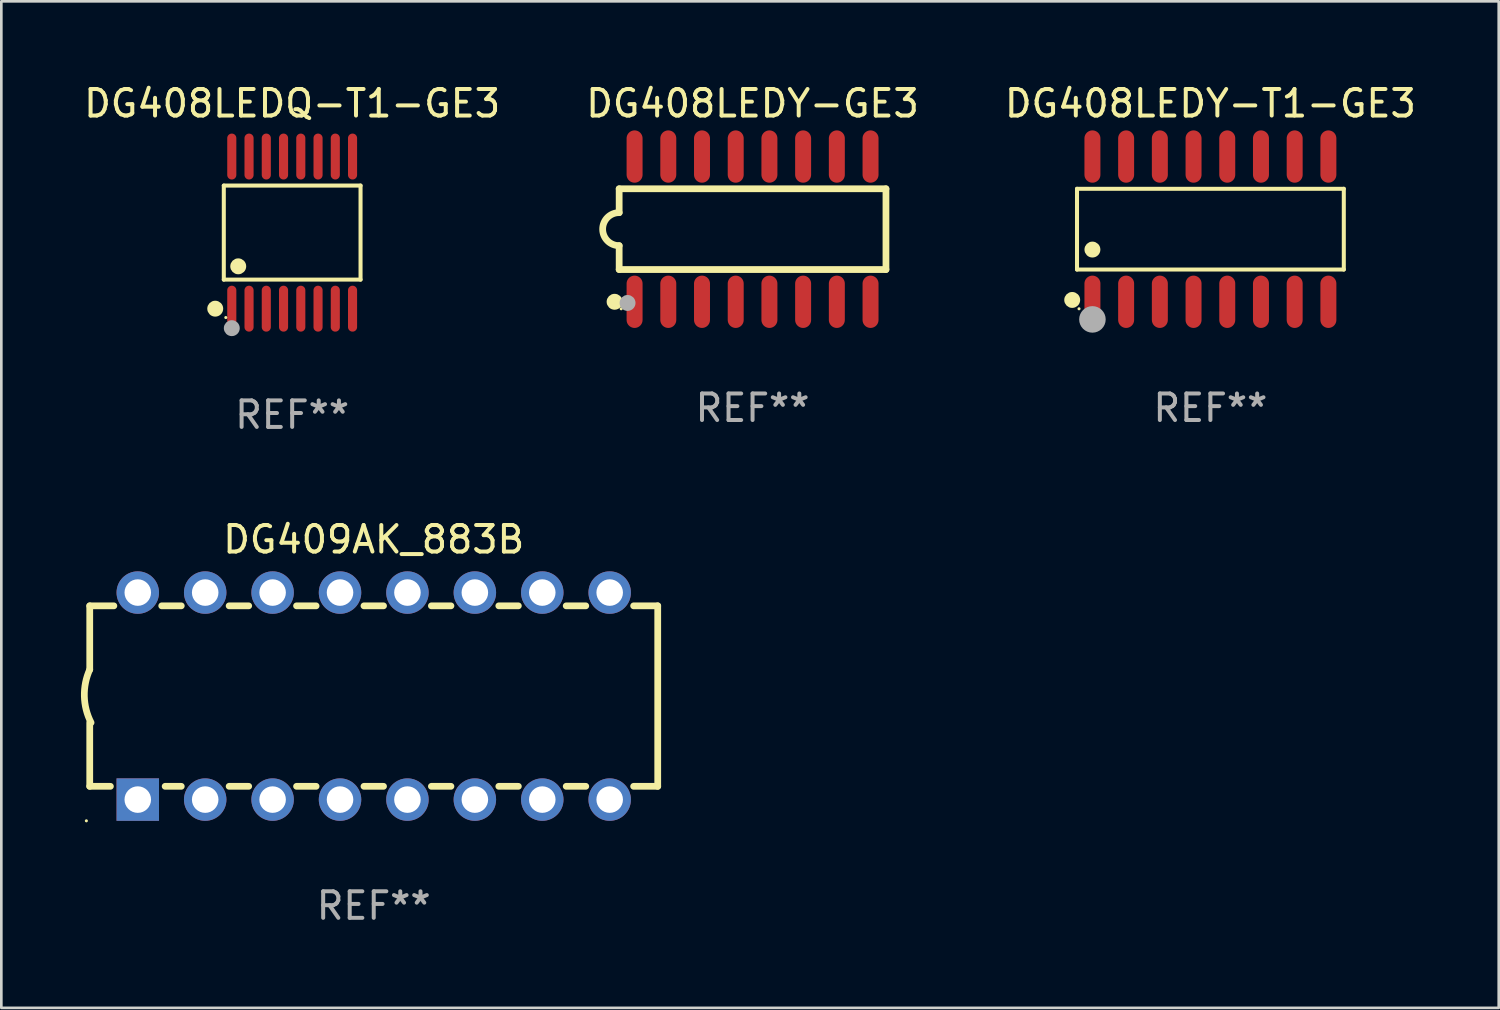
<source format=kicad_pcb>
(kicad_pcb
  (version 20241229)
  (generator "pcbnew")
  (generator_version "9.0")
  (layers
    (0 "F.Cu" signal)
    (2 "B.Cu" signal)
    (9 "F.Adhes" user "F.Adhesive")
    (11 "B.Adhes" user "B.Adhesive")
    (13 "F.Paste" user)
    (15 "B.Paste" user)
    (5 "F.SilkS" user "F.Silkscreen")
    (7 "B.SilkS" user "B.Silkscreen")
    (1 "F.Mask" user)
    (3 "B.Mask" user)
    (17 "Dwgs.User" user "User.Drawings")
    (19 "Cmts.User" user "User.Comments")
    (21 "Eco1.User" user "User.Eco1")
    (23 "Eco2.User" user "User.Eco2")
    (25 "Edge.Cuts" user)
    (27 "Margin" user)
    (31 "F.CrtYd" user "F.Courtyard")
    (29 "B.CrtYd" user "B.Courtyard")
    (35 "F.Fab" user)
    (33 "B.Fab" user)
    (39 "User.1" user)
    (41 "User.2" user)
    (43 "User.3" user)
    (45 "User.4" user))
  (footprint "DG408LEDY-GE3"
    (layer "F.Cu")
    (at 25.304 5.584)
    (property "Reference" "DG408LEDY-GE3" (at 0 -4.736 0) (layer "F.SilkS") (effects (font (size 1 1) (thickness 0.15))))
    (attr through_hole)
    (fp_line (start -5.026 -1.521) (end -5.026 -0.621) (stroke (width 0.254) (type solid)) (layer "F.SilkS"))
    (fp_line (start -5.026 -1.521) (end 5.026 -1.521) (stroke (width 0.254) (type solid)) (layer "F.SilkS"))
    (fp_line (start -5.026 1.521) (end -5.026 0.621) (stroke (width 0.254) (type solid)) (layer "F.SilkS"))
    (fp_line (start 5.026 -1.521) (end 5.026 1.521) (stroke (width 0.254) (type solid)) (layer "F.SilkS"))
    (fp_line (start 5.026 1.521) (end -5.026 1.521) (stroke (width 0.254) (type solid)) (layer "F.SilkS"))
    (fp_arc (start -5.026187 0.621387) (mid -5.647752 -0.000787) (end -5.025781 -0.622555) (stroke (width 0.254001) (type solid)) (layer "F.SilkS"))
    (fp_circle (center -5.198 2.736) (end -5.048 2.736) (stroke (width 0.3) (type solid)) (fill no) (layer "F.SilkS"))
    (fp_circle (center -4.95 3) (end -4.92 3) (stroke (width 0.06) (type solid)) (fill no) (layer "F.SilkS"))
    (fp_circle (center -4.71 2.78) (end -4.56 2.78) (stroke (width 0.3) (type solid)) (fill no) (layer "F.Fab"))
    (fp_text user "REF**" (at 0 6.736 0) (layer "F.Fab") (effects (font (size 1 1) (thickness 0.15))))
    (pad "1" smd oval (at -4.445 2.736) (size 0.602 1.971) (layers "F.Cu" "F.Mask" "F.Paste"))
    (pad "2" smd oval (at -3.175 2.736) (size 0.602 1.971) (layers "F.Cu" "F.Mask" "F.Paste"))
    (pad "3" smd oval (at -1.905 2.736) (size 0.602 1.971) (layers "F.Cu" "F.Mask" "F.Paste"))
    (pad "4" smd oval (at -0.635 2.736) (size 0.602 1.971) (layers "F.Cu" "F.Mask" "F.Paste"))
    (pad "5" smd oval (at 0.635 2.736) (size 0.602 1.971) (layers "F.Cu" "F.Mask" "F.Paste"))
    (pad "6" smd oval (at 1.905 2.736) (size 0.602 1.971) (layers "F.Cu" "F.Mask" "F.Paste"))
    (pad "7" smd oval (at 3.175 2.736) (size 0.602 1.971) (layers "F.Cu" "F.Mask" "F.Paste"))
    (pad "8" smd oval (at 4.445 2.736) (size 0.602 1.971) (layers "F.Cu" "F.Mask" "F.Paste"))
    (pad "9" smd oval (at 4.445 -2.736) (size 0.602 1.971) (layers "F.Cu" "F.Mask" "F.Paste"))
    (pad "10" smd oval (at 3.175 -2.736) (size 0.602 1.971) (layers "F.Cu" "F.Mask" "F.Paste"))
    (pad "11" smd oval (at 1.905 -2.736) (size 0.602 1.971) (layers "F.Cu" "F.Mask" "F.Paste"))
    (pad "12" smd oval (at 0.635 -2.736) (size 0.602 1.971) (layers "F.Cu" "F.Mask" "F.Paste"))
    (pad "13" smd oval (at -0.635 -2.736) (size 0.602 1.971) (layers "F.Cu" "F.Mask" "F.Paste"))
    (pad "14" smd oval (at -1.905 -2.736) (size 0.602 1.971) (layers "F.Cu" "F.Mask" "F.Paste"))
    (pad "15" smd oval (at -3.175 -2.736) (size 0.602 1.971) (layers "F.Cu" "F.Mask" "F.Paste"))
    (pad "16" smd oval (at -4.445 -2.736) (size 0.602 1.971) (layers "F.Cu" "F.Mask" "F.Paste")))
  (footprint "DG408LEDY-T1-GE3"
    (layer "F.Cu")
    (at 42.554 5.584)
    (property "Reference" "DG408LEDY-T1-GE3" (at 0 -4.736 0) (layer "F.SilkS") (effects (font (size 1 1) (thickness 0.15))))
    (attr through_hole)
    (fp_line (start -5.026 -1.521) (end 5.026 -1.521) (stroke (width 0.152) (type solid)) (layer "F.SilkS"))
    (fp_line (start -5.026 1.521) (end -5.026 -1.521) (stroke (width 0.152) (type solid)) (layer "F.SilkS"))
    (fp_line (start 5.026 -1.521) (end 5.026 1.521) (stroke (width 0.152) (type solid)) (layer "F.SilkS"))
    (fp_line (start 5.026 1.521) (end -5.026 1.521) (stroke (width 0.152) (type solid)) (layer "F.SilkS"))
    (fp_circle (center -5.207 2.667) (end -5.057 2.667) (stroke (width 0.3) (type solid)) (fill no) (layer "F.SilkS"))
    (fp_circle (center -4.95 3) (end -4.92 3) (stroke (width 0.06) (type solid)) (fill no) (layer "F.SilkS"))
    (fp_circle (center -4.445 0.769) (end -4.295 0.769) (stroke (width 0.3) (type solid)) (fill no) (layer "F.SilkS"))
    (fp_circle (center -4.445 3.4) (end -4.195 3.4) (stroke (width 0.5) (type solid)) (fill no) (layer "F.Fab"))
    (fp_text user "REF**" (at 0 6.736 0) (layer "F.Fab") (effects (font (size 1 1) (thickness 0.15))))
    (pad "1" smd oval (at -4.445 2.736) (size 0.602 1.971) (layers "F.Cu" "F.Mask" "F.Paste"))
    (pad "2" smd oval (at -3.175 2.736) (size 0.602 1.971) (layers "F.Cu" "F.Mask" "F.Paste"))
    (pad "3" smd oval (at -1.905 2.736) (size 0.602 1.971) (layers "F.Cu" "F.Mask" "F.Paste"))
    (pad "4" smd oval (at -0.635 2.736) (size 0.602 1.971) (layers "F.Cu" "F.Mask" "F.Paste"))
    (pad "5" smd oval (at 0.635 2.736) (size 0.602 1.971) (layers "F.Cu" "F.Mask" "F.Paste"))
    (pad "6" smd oval (at 1.905 2.736) (size 0.602 1.971) (layers "F.Cu" "F.Mask" "F.Paste"))
    (pad "7" smd oval (at 3.175 2.736) (size 0.602 1.971) (layers "F.Cu" "F.Mask" "F.Paste"))
    (pad "8" smd oval (at 4.445 2.736) (size 0.602 1.971) (layers "F.Cu" "F.Mask" "F.Paste"))
    (pad "9" smd oval (at 4.445 -2.736) (size 0.602 1.971) (layers "F.Cu" "F.Mask" "F.Paste"))
    (pad "10" smd oval (at 3.175 -2.736) (size 0.602 1.971) (layers "F.Cu" "F.Mask" "F.Paste"))
    (pad "11" smd oval (at 1.905 -2.736) (size 0.602 1.971) (layers "F.Cu" "F.Mask" "F.Paste"))
    (pad "12" smd oval (at 0.635 -2.736) (size 0.602 1.971) (layers "F.Cu" "F.Mask" "F.Paste"))
    (pad "13" smd oval (at -0.635 -2.736) (size 0.602 1.971) (layers "F.Cu" "F.Mask" "F.Paste"))
    (pad "14" smd oval (at -1.905 -2.736) (size 0.602 1.971) (layers "F.Cu" "F.Mask" "F.Paste"))
    (pad "15" smd oval (at -3.175 -2.736) (size 0.602 1.971) (layers "F.Cu" "F.Mask" "F.Paste"))
    (pad "16" smd oval (at -4.445 -2.736) (size 0.602 1.971) (layers "F.Cu" "F.Mask" "F.Paste")))
  (footprint "DG409AK_883B"
    (layer "F.Cu")
    (at 11.031 23.176)
    (property "Reference" "DG409AK_883B" (at 0 -5.9 0) (layer "F.SilkS") (effects (font (size 1 1) (thickness 0.15))))
    (attr through_hole)
    (fp_line (start -10.7 -3.4) (end -9.791 -3.4) (stroke (width 0.254) (type solid)) (layer "F.SilkS"))
    (fp_line (start -10.7 -0.998) (end -10.7 -3.4) (stroke (width 0.254) (type solid)) (layer "F.SilkS"))
    (fp_line (start -10.7 3.4) (end -10.7 1) (stroke (width 0.254) (type solid)) (layer "F.SilkS"))
    (fp_line (start -10.7 3.4) (end -9.921 3.4) (stroke (width 0.254) (type solid)) (layer "F.SilkS"))
    (fp_line (start -7.988 -3.4) (end -7.251 -3.4) (stroke (width 0.254) (type solid)) (layer "F.SilkS"))
    (fp_line (start -7.859 3.4) (end -7.251 3.4) (stroke (width 0.254) (type solid)) (layer "F.SilkS"))
    (fp_line (start -5.448 -3.4) (end -4.711 -3.4) (stroke (width 0.254) (type solid)) (layer "F.SilkS"))
    (fp_line (start -5.448 3.4) (end -4.711 3.4) (stroke (width 0.254) (type solid)) (layer "F.SilkS"))
    (fp_line (start -2.908 -3.4) (end -2.171 -3.4) (stroke (width 0.254) (type solid)) (layer "F.SilkS"))
    (fp_line (start -2.908 3.4) (end -2.171 3.4) (stroke (width 0.254) (type solid)) (layer "F.SilkS"))
    (fp_line (start -0.368 -3.4) (end 0.369 -3.4) (stroke (width 0.254) (type solid)) (layer "F.SilkS"))
    (fp_line (start -0.368 3.4) (end 0.369 3.4) (stroke (width 0.254) (type solid)) (layer "F.SilkS"))
    (fp_line (start 2.172 -3.4) (end 2.909 -3.4) (stroke (width 0.254) (type solid)) (layer "F.SilkS"))
    (fp_line (start 2.172 3.4) (end 2.909 3.4) (stroke (width 0.254) (type solid)) (layer "F.SilkS"))
    (fp_line (start 4.712 -3.4) (end 5.449 -3.4) (stroke (width 0.254) (type solid)) (layer "F.SilkS"))
    (fp_line (start 4.712 3.4) (end 5.449 3.4) (stroke (width 0.254) (type solid)) (layer "F.SilkS"))
    (fp_line (start 7.252 -3.4) (end 7.989 -3.4) (stroke (width 0.254) (type solid)) (layer "F.SilkS"))
    (fp_line (start 7.252 3.4) (end 7.989 3.4) (stroke (width 0.254) (type solid)) (layer "F.SilkS"))
    (fp_line (start 9.792 -3.4) (end 10.7 -3.4) (stroke (width 0.254) (type solid)) (layer "F.SilkS"))
    (fp_line (start 9.792 3.4) (end 10.7 3.4) (stroke (width 0.254) (type solid)) (layer "F.SilkS"))
    (fp_line (start 10.7 3.4) (end 10.7 -3.4) (stroke (width 0.254) (type solid)) (layer "F.SilkS"))
    (fp_arc (start -10.649962 0.99995) (mid -10.90314 0.005668) (end -10.699975 -1.000025) (stroke (width 0.254001) (type solid)) (layer "F.SilkS"))
    (fp_circle (center -10.827 4.7) (end -10.797 4.7) (stroke (width 0.06) (type solid)) (fill no) (layer "F.SilkS"))
    (fp_text user "REF**" (at 0 7.9 0) (layer "F.Fab") (effects (font (size 1 1) (thickness 0.15))))
    (pad "1" thru_hole rect (at -8.89 3.9 90) (size 1.6 1.6) (drill 1) (layers "*.Cu" "*.Mask"))
    (pad "2" thru_hole circle (at -6.35 3.9) (size 1.6 1.6) (drill 1) (layers "*.Cu" "*.Mask"))
    (pad "3" thru_hole circle (at -3.81 3.9) (size 1.6 1.6) (drill 1) (layers "*.Cu" "*.Mask"))
    (pad "4" thru_hole circle (at -1.27 3.9) (size 1.6 1.6) (drill 1) (layers "*.Cu" "*.Mask"))
    (pad "5" thru_hole circle (at 1.27 3.9) (size 1.6 1.6) (drill 1) (layers "*.Cu" "*.Mask"))
    (pad "6" thru_hole circle (at 3.81 3.9) (size 1.6 1.6) (drill 1) (layers "*.Cu" "*.Mask"))
    (pad "7" thru_hole circle (at 6.35 3.9) (size 1.6 1.6) (drill 1) (layers "*.Cu" "*.Mask"))
    (pad "8" thru_hole circle (at 8.89 3.9) (size 1.6 1.6) (drill 1) (layers "*.Cu" "*.Mask"))
    (pad "9" thru_hole circle (at 8.89 -3.9) (size 1.6 1.6) (drill 1) (layers "*.Cu" "*.Mask"))
    (pad "10" thru_hole circle (at 6.35 -3.9) (size 1.6 1.6) (drill 1) (layers "*.Cu" "*.Mask"))
    (pad "11" thru_hole circle (at 3.81 -3.9) (size 1.6 1.6) (drill 1) (layers "*.Cu" "*.Mask"))
    (pad "12" thru_hole circle (at 1.27 -3.9) (size 1.6 1.6) (drill 1) (layers "*.Cu" "*.Mask"))
    (pad "13" thru_hole circle (at -1.27 -3.9) (size 1.6 1.6) (drill 1) (layers "*.Cu" "*.Mask"))
    (pad "14" thru_hole circle (at -3.81 -3.9) (size 1.6 1.6) (drill 1) (layers "*.Cu" "*.Mask"))
    (pad "15" thru_hole circle (at -6.35 -3.9) (size 1.6 1.6) (drill 1) (layers "*.Cu" "*.Mask"))
    (pad "16" thru_hole circle (at -8.89 -3.9) (size 1.6 1.6) (drill 1) (layers "*.Cu" "*.Mask")))
  (footprint "DG408LEDQ-T1-GE3"
    (layer "F.Cu")
    (at 7.958 5.714)
    (property "Reference" "DG408LEDQ-T1-GE3" (at 0 -4.866 0) (layer "F.SilkS") (effects (font (size 1 1) (thickness 0.15))))
    (attr through_hole)
    (fp_line (start -2.576 -1.772) (end 2.576 -1.772) (stroke (width 0.152) (type solid)) (layer "F.SilkS"))
    (fp_line (start -2.576 1.771) (end -2.576 -1.772) (stroke (width 0.152) (type solid)) (layer "F.SilkS"))
    (fp_line (start 2.576 -1.772) (end 2.576 1.771) (stroke (width 0.152) (type solid)) (layer "F.SilkS"))
    (fp_line (start 2.576 1.771) (end -2.576 1.771) (stroke (width 0.152) (type solid)) (layer "F.SilkS"))
    (fp_circle (center -2.899 2.866) (end -2.749 2.866) (stroke (width 0.3) (type solid)) (fill no) (layer "F.SilkS"))
    (fp_circle (center -2.5 3.2) (end -2.47 3.2) (stroke (width 0.06) (type solid)) (fill no) (layer "F.SilkS"))
    (fp_circle (center -2.032 1.27) (end -1.882 1.27) (stroke (width 0.3) (type solid)) (fill no) (layer "F.SilkS"))
    (fp_circle (center -2.275 3.6) (end -2.125 3.6) (stroke (width 0.3) (type solid)) (fill no) (layer "F.Fab"))
    (fp_text user "REF**" (at 0 6.866 0) (layer "F.Fab") (effects (font (size 1 1) (thickness 0.15))))
    (pad "1" smd oval (at -2.275 2.866) (size 0.343 1.731) (layers "F.Cu" "F.Mask" "F.Paste"))
    (pad "2" smd oval (at -1.625 2.866) (size 0.343 1.731) (layers "F.Cu" "F.Mask" "F.Paste"))
    (pad "3" smd oval (at -0.975 2.866) (size 0.343 1.731) (layers "F.Cu" "F.Mask" "F.Paste"))
    (pad "4" smd oval (at -0.325 2.866) (size 0.343 1.731) (layers "F.Cu" "F.Mask" "F.Paste"))
    (pad "5" smd oval (at 0.325 2.866) (size 0.343 1.731) (layers "F.Cu" "F.Mask" "F.Paste"))
    (pad "6" smd oval (at 0.975 2.866) (size 0.343 1.731) (layers "F.Cu" "F.Mask" "F.Paste"))
    (pad "7" smd oval (at 1.625 2.866) (size 0.343 1.731) (layers "F.Cu" "F.Mask" "F.Paste"))
    (pad "8" smd oval (at 2.275 2.866) (size 0.343 1.731) (layers "F.Cu" "F.Mask" "F.Paste"))
    (pad "9" smd oval (at 2.275 -2.866) (size 0.343 1.731) (layers "F.Cu" "F.Mask" "F.Paste"))
    (pad "10" smd oval (at 1.625 -2.866) (size 0.343 1.731) (layers "F.Cu" "F.Mask" "F.Paste"))
    (pad "11" smd oval (at 0.975 -2.866) (size 0.343 1.731) (layers "F.Cu" "F.Mask" "F.Paste"))
    (pad "12" smd oval (at 0.325 -2.866) (size 0.343 1.731) (layers "F.Cu" "F.Mask" "F.Paste"))
    (pad "13" smd oval (at -0.325 -2.866) (size 0.343 1.731) (layers "F.Cu" "F.Mask" "F.Paste"))
    (pad "14" smd oval (at -0.975 -2.866) (size 0.343 1.731) (layers "F.Cu" "F.Mask" "F.Paste"))
    (pad "15" smd oval (at -1.625 -2.866) (size 0.343 1.731) (layers "F.Cu" "F.Mask" "F.Paste"))
    (pad "16" smd oval (at -2.275 -2.866) (size 0.343 1.731) (layers "F.Cu" "F.Mask" "F.Paste")))
  (gr_rect
    (start -3 -3)
    (end 53.417 34.924)
    (stroke (width 0.1) (type default))
    (fill no)
    (layer "Edge.Cuts")))
</source>
